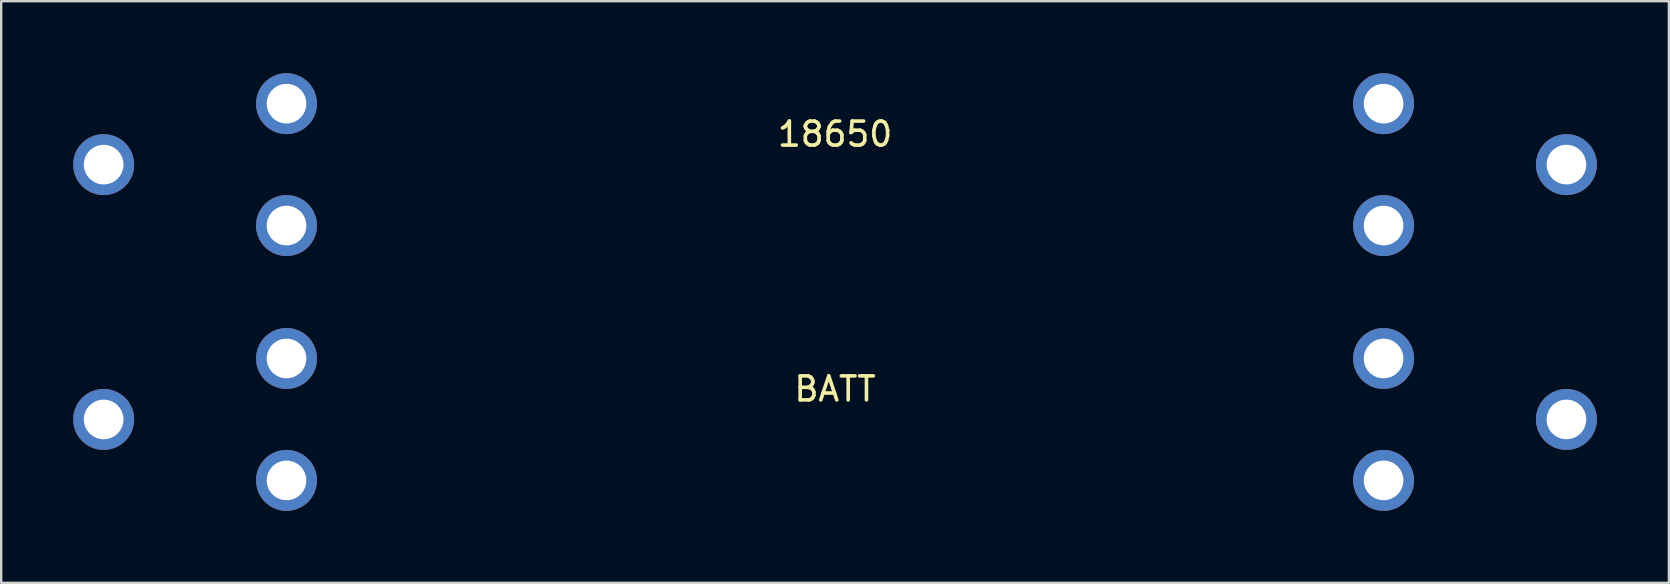
<source format=kicad_pcb>
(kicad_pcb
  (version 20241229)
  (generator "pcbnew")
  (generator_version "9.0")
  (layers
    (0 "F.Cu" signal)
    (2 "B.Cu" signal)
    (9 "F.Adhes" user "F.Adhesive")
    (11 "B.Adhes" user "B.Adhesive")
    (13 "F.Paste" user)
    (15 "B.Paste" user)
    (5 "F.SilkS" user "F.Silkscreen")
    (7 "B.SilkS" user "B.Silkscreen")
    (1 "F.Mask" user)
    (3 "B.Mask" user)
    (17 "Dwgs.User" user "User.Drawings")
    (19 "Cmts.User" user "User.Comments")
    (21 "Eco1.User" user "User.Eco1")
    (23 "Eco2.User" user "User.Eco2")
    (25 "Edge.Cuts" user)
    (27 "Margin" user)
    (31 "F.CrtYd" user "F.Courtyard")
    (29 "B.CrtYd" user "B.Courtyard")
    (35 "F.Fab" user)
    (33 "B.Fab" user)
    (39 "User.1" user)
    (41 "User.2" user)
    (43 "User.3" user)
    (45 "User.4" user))
  (footprint "BATT"
    (layer "F.Cu")
    (at 31.75 14.43)
    (property "Reference" "BATT" (at 0 -1.27 0) (layer "F.SilkS") (effects (font (size 1 1) (thickness 0.15))))
    (attr through_hole)
    (pad "1" thru_hole circle (at -30.48 0) (size 2.54 2.54) (drill 1.651) (layers "*.Cu" "*.Mask"))
    (pad "1" thru_hole circle (at -22.86 -2.54) (size 2.54 2.54) (drill 1.651) (layers "*.Cu" "*.Mask"))
    (pad "1" thru_hole circle (at -22.86 2.54) (size 2.54 2.54) (drill 1.651) (layers "*.Cu" "*.Mask"))
    (pad "2" thru_hole circle (at 22.86 -2.54) (size 2.54 2.54) (drill 1.651) (layers "*.Cu" "*.Mask"))
    (pad "2" thru_hole circle (at 22.86 2.54) (size 2.54 2.54) (drill 1.651) (layers "*.Cu" "*.Mask"))
    (pad "2" thru_hole circle (at 30.48 0) (size 2.54 2.54) (drill 1.651) (layers "*.Cu" "*.Mask")))
  (footprint "18650"
    (layer "F.Cu")
    (at 31.75 3.81)
    (property "Reference" "18650" (at 0 -1.27 0) (layer "F.SilkS") (effects (font (size 1 1) (thickness 0.15))))
    (attr through_hole)
    (pad "1" thru_hole circle (at -30.48 0) (size 2.54 2.54) (drill 1.651) (layers "*.Cu" "*.Mask"))
    (pad "1" thru_hole circle (at -22.86 -2.54) (size 2.54 2.54) (drill 1.651) (layers "*.Cu" "*.Mask"))
    (pad "1" thru_hole circle (at -22.86 2.54) (size 2.54 2.54) (drill 1.651) (layers "*.Cu" "*.Mask"))
    (pad "2" thru_hole circle (at 22.86 -2.54) (size 2.54 2.54) (drill 1.651) (layers "*.Cu" "*.Mask"))
    (pad "2" thru_hole circle (at 22.86 2.54) (size 2.54 2.54) (drill 1.651) (layers "*.Cu" "*.Mask"))
    (pad "2" thru_hole circle (at 30.48 0) (size 2.54 2.54) (drill 1.651) (layers "*.Cu" "*.Mask")))
  (gr_rect
    (start -3 -3)
    (end 66.5 21.24)
    (stroke (width 0.1) (type default))
    (fill no)
    (layer "Edge.Cuts")))
</source>
